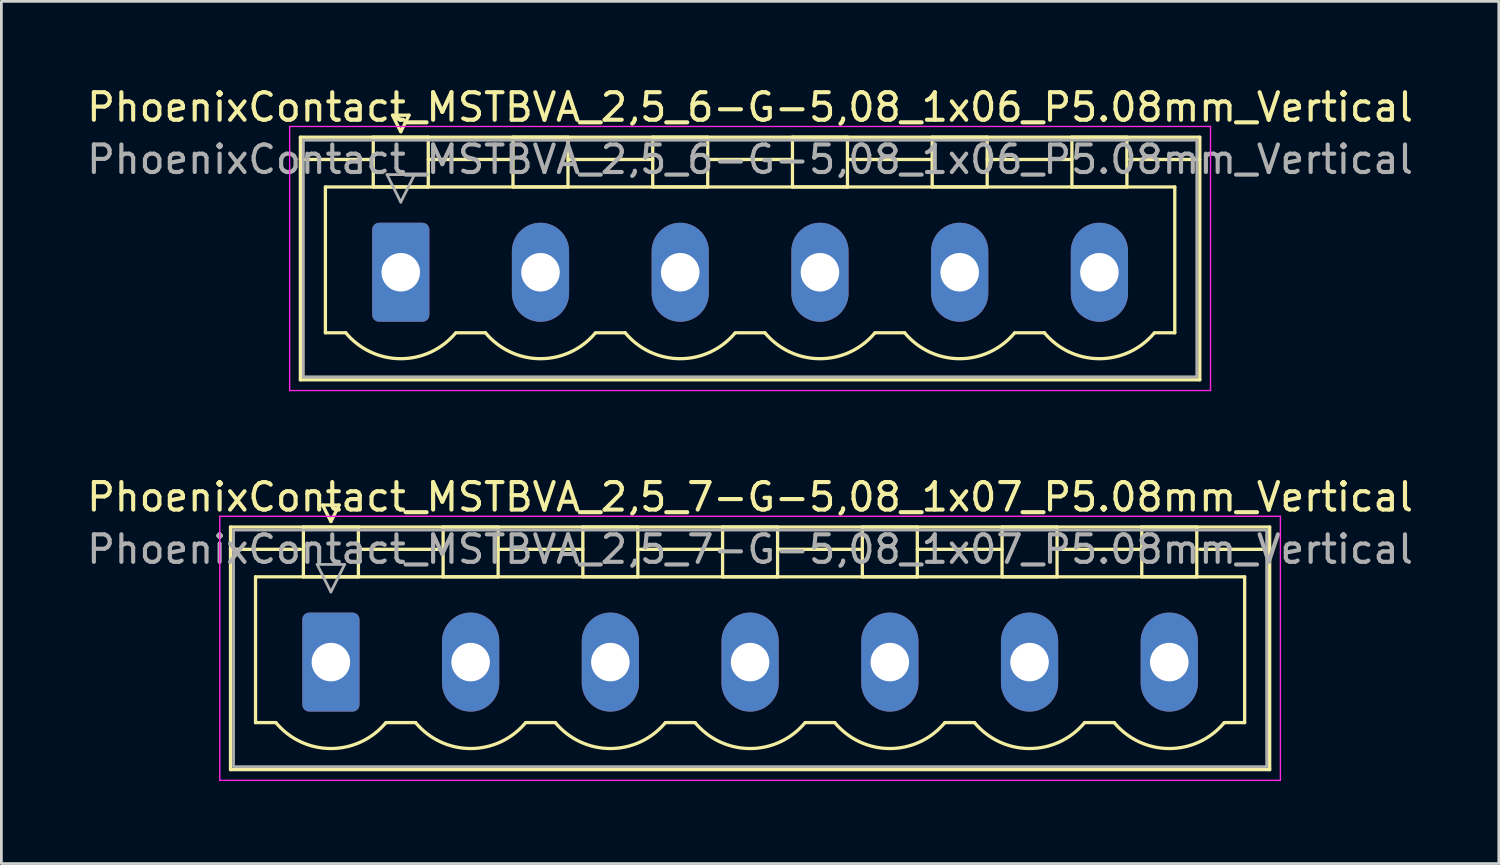
<source format=kicad_pcb>
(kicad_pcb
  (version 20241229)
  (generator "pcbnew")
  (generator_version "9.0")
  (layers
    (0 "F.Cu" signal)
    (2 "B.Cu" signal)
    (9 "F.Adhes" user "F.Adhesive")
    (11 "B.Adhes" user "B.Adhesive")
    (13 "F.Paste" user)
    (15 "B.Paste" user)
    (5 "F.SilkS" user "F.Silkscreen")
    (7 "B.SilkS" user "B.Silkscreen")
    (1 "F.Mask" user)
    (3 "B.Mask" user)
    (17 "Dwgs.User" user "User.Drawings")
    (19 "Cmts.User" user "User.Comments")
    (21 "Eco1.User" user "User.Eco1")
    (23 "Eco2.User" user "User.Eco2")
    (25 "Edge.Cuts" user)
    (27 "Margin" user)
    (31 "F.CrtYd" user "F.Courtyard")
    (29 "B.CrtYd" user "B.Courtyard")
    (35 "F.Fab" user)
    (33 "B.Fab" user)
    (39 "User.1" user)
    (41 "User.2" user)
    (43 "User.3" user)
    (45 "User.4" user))
  (footprint "PhoenixContact_MSTBVA_2,5_7-G-5,08_1x07_P5.08mm_Vertical"
    (layer "F.Cu")
    (at 8.98 21.021)
    (property "Reference" "PhoenixContact_MSTBVA_2,5_7-G-5,08_1x07_P5.08mm_Vertical" (at 15.24 -6 0) (layer "F.SilkS") (effects (font (size 1 1) (thickness 0.15))))
    (attr through_hole)
    (fp_line (start -3.65 -4.91) (end -3.65 3.91) (stroke (width 0.12) (type solid)) (layer "F.SilkS"))
    (fp_line (start -3.65 -4.1) (end -1.11 -4.1) (stroke (width 0.12) (type solid)) (layer "F.SilkS"))
    (fp_line (start -3.65 3.91) (end 34.13 3.91) (stroke (width 0.12) (type solid)) (layer "F.SilkS"))
    (fp_line (start -2.74 -3.1) (end 33.22 -3.1) (stroke (width 0.12) (type solid)) (layer "F.SilkS"))
    (fp_line (start -2.74 2.2) (end -2.74 -3.1) (stroke (width 0.12) (type solid)) (layer "F.SilkS"))
    (fp_line (start -2 2.2) (end -2.74 2.2) (stroke (width 0.12) (type solid)) (layer "F.SilkS"))
    (fp_line (start -1 -4.91) (end 1 -4.91) (stroke (width 0.12) (type solid)) (layer "F.SilkS"))
    (fp_line (start -1 -3.1) (end -1 -4.91) (stroke (width 0.12) (type solid)) (layer "F.SilkS"))
    (fp_line (start -0.3 -5.71) (end 0.3 -5.71) (stroke (width 0.12) (type solid)) (layer "F.SilkS"))
    (fp_line (start 0 -5.11) (end -0.3 -5.71) (stroke (width 0.12) (type solid)) (layer "F.SilkS"))
    (fp_line (start 0.3 -5.71) (end 0 -5.11) (stroke (width 0.12) (type solid)) (layer "F.SilkS"))
    (fp_line (start 1 -4.91) (end 1 -3.1) (stroke (width 0.12) (type solid)) (layer "F.SilkS"))
    (fp_line (start 1 -4.1) (end 4.08 -4.1) (stroke (width 0.12) (type solid)) (layer "F.SilkS"))
    (fp_line (start 1 -3.1) (end -1 -3.1) (stroke (width 0.12) (type solid)) (layer "F.SilkS"))
    (fp_line (start 2 2.2) (end 3.08 2.2) (stroke (width 0.12) (type solid)) (layer "F.SilkS"))
    (fp_line (start 4.08 -4.91) (end 6.08 -4.91) (stroke (width 0.12) (type solid)) (layer "F.SilkS"))
    (fp_line (start 4.08 -3.1) (end 4.08 -4.91) (stroke (width 0.12) (type solid)) (layer "F.SilkS"))
    (fp_line (start 6.08 -4.91) (end 6.08 -3.1) (stroke (width 0.12) (type solid)) (layer "F.SilkS"))
    (fp_line (start 6.08 -4.1) (end 9.16 -4.1) (stroke (width 0.12) (type solid)) (layer "F.SilkS"))
    (fp_line (start 6.08 -3.1) (end 4.08 -3.1) (stroke (width 0.12) (type solid)) (layer "F.SilkS"))
    (fp_line (start 7.08 2.2) (end 8.16 2.2) (stroke (width 0.12) (type solid)) (layer "F.SilkS"))
    (fp_line (start 9.16 -4.91) (end 11.16 -4.91) (stroke (width 0.12) (type solid)) (layer "F.SilkS"))
    (fp_line (start 9.16 -3.1) (end 9.16 -4.91) (stroke (width 0.12) (type solid)) (layer "F.SilkS"))
    (fp_line (start 11.16 -4.91) (end 11.16 -3.1) (stroke (width 0.12) (type solid)) (layer "F.SilkS"))
    (fp_line (start 11.16 -4.1) (end 14.24 -4.1) (stroke (width 0.12) (type solid)) (layer "F.SilkS"))
    (fp_line (start 11.16 -3.1) (end 9.16 -3.1) (stroke (width 0.12) (type solid)) (layer "F.SilkS"))
    (fp_line (start 12.16 2.2) (end 13.24 2.2) (stroke (width 0.12) (type solid)) (layer "F.SilkS"))
    (fp_line (start 14.24 -4.91) (end 16.24 -4.91) (stroke (width 0.12) (type solid)) (layer "F.SilkS"))
    (fp_line (start 14.24 -3.1) (end 14.24 -4.91) (stroke (width 0.12) (type solid)) (layer "F.SilkS"))
    (fp_line (start 16.24 -4.91) (end 16.24 -3.1) (stroke (width 0.12) (type solid)) (layer "F.SilkS"))
    (fp_line (start 16.24 -4.1) (end 19.32 -4.1) (stroke (width 0.12) (type solid)) (layer "F.SilkS"))
    (fp_line (start 16.24 -3.1) (end 14.24 -3.1) (stroke (width 0.12) (type solid)) (layer "F.SilkS"))
    (fp_line (start 17.24 2.2) (end 18.32 2.2) (stroke (width 0.12) (type solid)) (layer "F.SilkS"))
    (fp_line (start 19.32 -4.91) (end 21.32 -4.91) (stroke (width 0.12) (type solid)) (layer "F.SilkS"))
    (fp_line (start 19.32 -3.1) (end 19.32 -4.91) (stroke (width 0.12) (type solid)) (layer "F.SilkS"))
    (fp_line (start 21.32 -4.91) (end 21.32 -3.1) (stroke (width 0.12) (type solid)) (layer "F.SilkS"))
    (fp_line (start 21.32 -4.1) (end 24.4 -4.1) (stroke (width 0.12) (type solid)) (layer "F.SilkS"))
    (fp_line (start 21.32 -3.1) (end 19.32 -3.1) (stroke (width 0.12) (type solid)) (layer "F.SilkS"))
    (fp_line (start 22.32 2.2) (end 23.4 2.2) (stroke (width 0.12) (type solid)) (layer "F.SilkS"))
    (fp_line (start 24.4 -4.91) (end 26.4 -4.91) (stroke (width 0.12) (type solid)) (layer "F.SilkS"))
    (fp_line (start 24.4 -3.1) (end 24.4 -4.91) (stroke (width 0.12) (type solid)) (layer "F.SilkS"))
    (fp_line (start 26.4 -4.91) (end 26.4 -3.1) (stroke (width 0.12) (type solid)) (layer "F.SilkS"))
    (fp_line (start 26.4 -4.1) (end 29.48 -4.1) (stroke (width 0.12) (type solid)) (layer "F.SilkS"))
    (fp_line (start 26.4 -3.1) (end 24.4 -3.1) (stroke (width 0.12) (type solid)) (layer "F.SilkS"))
    (fp_line (start 27.4 2.2) (end 28.48 2.2) (stroke (width 0.12) (type solid)) (layer "F.SilkS"))
    (fp_line (start 29.48 -4.91) (end 31.48 -4.91) (stroke (width 0.12) (type solid)) (layer "F.SilkS"))
    (fp_line (start 29.48 -3.1) (end 29.48 -4.91) (stroke (width 0.12) (type solid)) (layer "F.SilkS"))
    (fp_line (start 31.48 -4.91) (end 31.48 -3.1) (stroke (width 0.12) (type solid)) (layer "F.SilkS"))
    (fp_line (start 31.48 -3.1) (end 29.48 -3.1) (stroke (width 0.12) (type solid)) (layer "F.SilkS"))
    (fp_line (start 33.22 -3.1) (end 33.22 2.2) (stroke (width 0.12) (type solid)) (layer "F.SilkS"))
    (fp_line (start 33.22 2.2) (end 32.48 2.2) (stroke (width 0.12) (type solid)) (layer "F.SilkS"))
    (fp_line (start 34.13 -4.91) (end -3.65 -4.91) (stroke (width 0.12) (type solid)) (layer "F.SilkS"))
    (fp_line (start 34.13 -4.1) (end 31.59 -4.1) (stroke (width 0.12) (type solid)) (layer "F.SilkS"))
    (fp_line (start 34.13 3.91) (end 34.13 -4.91) (stroke (width 0.12) (type solid)) (layer "F.SilkS"))
    (fp_arc (start 1.986842 2.215821) (mid -0.010289 3.142758) (end -2 2.2) (stroke (width 0.12) (type solid)) (layer "F.SilkS"))
    (fp_arc (start 7.066842 2.215821) (mid 5.069711 3.142758) (end 3.08 2.2) (stroke (width 0.12) (type solid)) (layer "F.SilkS"))
    (fp_arc (start 12.146842 2.215821) (mid 10.149711 3.142758) (end 8.16 2.2) (stroke (width 0.12) (type solid)) (layer "F.SilkS"))
    (fp_arc (start 17.226842 2.215821) (mid 15.229711 3.142758) (end 13.24 2.2) (stroke (width 0.12) (type solid)) (layer "F.SilkS"))
    (fp_arc (start 22.306842 2.215821) (mid 20.309711 3.142758) (end 18.32 2.2) (stroke (width 0.12) (type solid)) (layer "F.SilkS"))
    (fp_arc (start 27.386842 2.215821) (mid 25.389711 3.142758) (end 23.4 2.2) (stroke (width 0.12) (type solid)) (layer "F.SilkS"))
    (fp_arc (start 32.466842 2.215821) (mid 30.469711 3.142758) (end 28.48 2.2) (stroke (width 0.12) (type solid)) (layer "F.SilkS"))
    (fp_line (start -4.04 -5.3) (end -4.04 4.3) (stroke (width 0.05) (type solid)) (layer "F.CrtYd"))
    (fp_line (start -4.04 4.3) (end 34.52 4.3) (stroke (width 0.05) (type solid)) (layer "F.CrtYd"))
    (fp_line (start 34.52 -5.3) (end -4.04 -5.3) (stroke (width 0.05) (type solid)) (layer "F.CrtYd"))
    (fp_line (start 34.52 4.3) (end 34.52 -5.3) (stroke (width 0.05) (type solid)) (layer "F.CrtYd"))
    (fp_line (start -3.54 -4.8) (end -3.54 3.8) (stroke (width 0.1) (type solid)) (layer "F.Fab"))
    (fp_line (start -3.54 3.8) (end 34.02 3.8) (stroke (width 0.1) (type solid)) (layer "F.Fab"))
    (fp_line (start -0.5 -3.55) (end 0.5 -3.55) (stroke (width 0.1) (type solid)) (layer "F.Fab"))
    (fp_line (start 0 -2.55) (end -0.5 -3.55) (stroke (width 0.1) (type solid)) (layer "F.Fab"))
    (fp_line (start 0.5 -3.55) (end 0 -2.55) (stroke (width 0.1) (type solid)) (layer "F.Fab"))
    (fp_line (start 34.02 -4.8) (end -3.54 -4.8) (stroke (width 0.1) (type solid)) (layer "F.Fab"))
    (fp_line (start 34.02 3.8) (end 34.02 -4.8) (stroke (width 0.1) (type solid)) (layer "F.Fab"))
    (fp_text user "${REFERENCE}" (at 15.24 -4.1 0) (layer "F.Fab") (effects (font (size 1 1) (thickness 0.15))))
    (pad "1" thru_hole roundrect (at 0 0) (size 2.08 3.6) (drill 1.4) (layers "*.Cu" "*.Mask") (roundrect_rratio 0.12))
    (pad "2" thru_hole oval (at 5.08 0) (size 2.08 3.6) (drill 1.4) (layers "*.Cu" "*.Mask"))
    (pad "3" thru_hole oval (at 10.16 0) (size 2.08 3.6) (drill 1.4) (layers "*.Cu" "*.Mask"))
    (pad "4" thru_hole oval (at 15.24 0) (size 2.08 3.6) (drill 1.4) (layers "*.Cu" "*.Mask"))
    (pad "5" thru_hole oval (at 20.32 0) (size 2.08 3.6) (drill 1.4) (layers "*.Cu" "*.Mask"))
    (pad "6" thru_hole oval (at 25.4 0) (size 2.08 3.6) (drill 1.4) (layers "*.Cu" "*.Mask"))
    (pad "7" thru_hole oval (at 30.48 0) (size 2.08 3.6) (drill 1.4) (layers "*.Cu" "*.Mask")))
  (footprint "PhoenixContact_MSTBVA_2,5_6-G-5,08_1x06_P5.08mm_Vertical"
    (layer "F.Cu")
    (at 11.52 6.848)
    (property "Reference" "PhoenixContact_MSTBVA_2,5_6-G-5,08_1x06_P5.08mm_Vertical" (at 12.7 -6 0) (layer "F.SilkS") (effects (font (size 1 1) (thickness 0.15))))
    (attr through_hole)
    (fp_line (start -3.65 -4.91) (end -3.65 3.91) (stroke (width 0.12) (type solid)) (layer "F.SilkS"))
    (fp_line (start -3.65 -4.1) (end -1.11 -4.1) (stroke (width 0.12) (type solid)) (layer "F.SilkS"))
    (fp_line (start -3.65 3.91) (end 29.05 3.91) (stroke (width 0.12) (type solid)) (layer "F.SilkS"))
    (fp_line (start -2.74 -3.1) (end 28.14 -3.1) (stroke (width 0.12) (type solid)) (layer "F.SilkS"))
    (fp_line (start -2.74 2.2) (end -2.74 -3.1) (stroke (width 0.12) (type solid)) (layer "F.SilkS"))
    (fp_line (start -2 2.2) (end -2.74 2.2) (stroke (width 0.12) (type solid)) (layer "F.SilkS"))
    (fp_line (start -1 -4.91) (end 1 -4.91) (stroke (width 0.12) (type solid)) (layer "F.SilkS"))
    (fp_line (start -1 -3.1) (end -1 -4.91) (stroke (width 0.12) (type solid)) (layer "F.SilkS"))
    (fp_line (start -0.3 -5.71) (end 0.3 -5.71) (stroke (width 0.12) (type solid)) (layer "F.SilkS"))
    (fp_line (start 0 -5.11) (end -0.3 -5.71) (stroke (width 0.12) (type solid)) (layer "F.SilkS"))
    (fp_line (start 0.3 -5.71) (end 0 -5.11) (stroke (width 0.12) (type solid)) (layer "F.SilkS"))
    (fp_line (start 1 -4.91) (end 1 -3.1) (stroke (width 0.12) (type solid)) (layer "F.SilkS"))
    (fp_line (start 1 -4.1) (end 4.08 -4.1) (stroke (width 0.12) (type solid)) (layer "F.SilkS"))
    (fp_line (start 1 -3.1) (end -1 -3.1) (stroke (width 0.12) (type solid)) (layer "F.SilkS"))
    (fp_line (start 2 2.2) (end 3.08 2.2) (stroke (width 0.12) (type solid)) (layer "F.SilkS"))
    (fp_line (start 4.08 -4.91) (end 6.08 -4.91) (stroke (width 0.12) (type solid)) (layer "F.SilkS"))
    (fp_line (start 4.08 -3.1) (end 4.08 -4.91) (stroke (width 0.12) (type solid)) (layer "F.SilkS"))
    (fp_line (start 6.08 -4.91) (end 6.08 -3.1) (stroke (width 0.12) (type solid)) (layer "F.SilkS"))
    (fp_line (start 6.08 -4.1) (end 9.16 -4.1) (stroke (width 0.12) (type solid)) (layer "F.SilkS"))
    (fp_line (start 6.08 -3.1) (end 4.08 -3.1) (stroke (width 0.12) (type solid)) (layer "F.SilkS"))
    (fp_line (start 7.08 2.2) (end 8.16 2.2) (stroke (width 0.12) (type solid)) (layer "F.SilkS"))
    (fp_line (start 9.16 -4.91) (end 11.16 -4.91) (stroke (width 0.12) (type solid)) (layer "F.SilkS"))
    (fp_line (start 9.16 -3.1) (end 9.16 -4.91) (stroke (width 0.12) (type solid)) (layer "F.SilkS"))
    (fp_line (start 11.16 -4.91) (end 11.16 -3.1) (stroke (width 0.12) (type solid)) (layer "F.SilkS"))
    (fp_line (start 11.16 -4.1) (end 14.24 -4.1) (stroke (width 0.12) (type solid)) (layer "F.SilkS"))
    (fp_line (start 11.16 -3.1) (end 9.16 -3.1) (stroke (width 0.12) (type solid)) (layer "F.SilkS"))
    (fp_line (start 12.16 2.2) (end 13.24 2.2) (stroke (width 0.12) (type solid)) (layer "F.SilkS"))
    (fp_line (start 14.24 -4.91) (end 16.24 -4.91) (stroke (width 0.12) (type solid)) (layer "F.SilkS"))
    (fp_line (start 14.24 -3.1) (end 14.24 -4.91) (stroke (width 0.12) (type solid)) (layer "F.SilkS"))
    (fp_line (start 16.24 -4.91) (end 16.24 -3.1) (stroke (width 0.12) (type solid)) (layer "F.SilkS"))
    (fp_line (start 16.24 -4.1) (end 19.32 -4.1) (stroke (width 0.12) (type solid)) (layer "F.SilkS"))
    (fp_line (start 16.24 -3.1) (end 14.24 -3.1) (stroke (width 0.12) (type solid)) (layer "F.SilkS"))
    (fp_line (start 17.24 2.2) (end 18.32 2.2) (stroke (width 0.12) (type solid)) (layer "F.SilkS"))
    (fp_line (start 19.32 -4.91) (end 21.32 -4.91) (stroke (width 0.12) (type solid)) (layer "F.SilkS"))
    (fp_line (start 19.32 -3.1) (end 19.32 -4.91) (stroke (width 0.12) (type solid)) (layer "F.SilkS"))
    (fp_line (start 21.32 -4.91) (end 21.32 -3.1) (stroke (width 0.12) (type solid)) (layer "F.SilkS"))
    (fp_line (start 21.32 -4.1) (end 24.4 -4.1) (stroke (width 0.12) (type solid)) (layer "F.SilkS"))
    (fp_line (start 21.32 -3.1) (end 19.32 -3.1) (stroke (width 0.12) (type solid)) (layer "F.SilkS"))
    (fp_line (start 22.32 2.2) (end 23.4 2.2) (stroke (width 0.12) (type solid)) (layer "F.SilkS"))
    (fp_line (start 24.4 -4.91) (end 26.4 -4.91) (stroke (width 0.12) (type solid)) (layer "F.SilkS"))
    (fp_line (start 24.4 -3.1) (end 24.4 -4.91) (stroke (width 0.12) (type solid)) (layer "F.SilkS"))
    (fp_line (start 26.4 -4.91) (end 26.4 -3.1) (stroke (width 0.12) (type solid)) (layer "F.SilkS"))
    (fp_line (start 26.4 -3.1) (end 24.4 -3.1) (stroke (width 0.12) (type solid)) (layer "F.SilkS"))
    (fp_line (start 28.14 -3.1) (end 28.14 2.2) (stroke (width 0.12) (type solid)) (layer "F.SilkS"))
    (fp_line (start 28.14 2.2) (end 27.4 2.2) (stroke (width 0.12) (type solid)) (layer "F.SilkS"))
    (fp_line (start 29.05 -4.91) (end -3.65 -4.91) (stroke (width 0.12) (type solid)) (layer "F.SilkS"))
    (fp_line (start 29.05 -4.1) (end 26.51 -4.1) (stroke (width 0.12) (type solid)) (layer "F.SilkS"))
    (fp_line (start 29.05 3.91) (end 29.05 -4.91) (stroke (width 0.12) (type solid)) (layer "F.SilkS"))
    (fp_arc (start 1.986842 2.215821) (mid -0.010289 3.142758) (end -2 2.2) (stroke (width 0.12) (type solid)) (layer "F.SilkS"))
    (fp_arc (start 7.066842 2.215821) (mid 5.069711 3.142758) (end 3.08 2.2) (stroke (width 0.12) (type solid)) (layer "F.SilkS"))
    (fp_arc (start 12.146842 2.215821) (mid 10.149711 3.142758) (end 8.16 2.2) (stroke (width 0.12) (type solid)) (layer "F.SilkS"))
    (fp_arc (start 17.226842 2.215821) (mid 15.229711 3.142758) (end 13.24 2.2) (stroke (width 0.12) (type solid)) (layer "F.SilkS"))
    (fp_arc (start 22.306842 2.215821) (mid 20.309711 3.142758) (end 18.32 2.2) (stroke (width 0.12) (type solid)) (layer "F.SilkS"))
    (fp_arc (start 27.386842 2.215821) (mid 25.389711 3.142758) (end 23.4 2.2) (stroke (width 0.12) (type solid)) (layer "F.SilkS"))
    (fp_line (start -4.04 -5.3) (end -4.04 4.3) (stroke (width 0.05) (type solid)) (layer "F.CrtYd"))
    (fp_line (start -4.04 4.3) (end 29.44 4.3) (stroke (width 0.05) (type solid)) (layer "F.CrtYd"))
    (fp_line (start 29.44 -5.3) (end -4.04 -5.3) (stroke (width 0.05) (type solid)) (layer "F.CrtYd"))
    (fp_line (start 29.44 4.3) (end 29.44 -5.3) (stroke (width 0.05) (type solid)) (layer "F.CrtYd"))
    (fp_line (start -3.54 -4.8) (end -3.54 3.8) (stroke (width 0.1) (type solid)) (layer "F.Fab"))
    (fp_line (start -3.54 3.8) (end 28.94 3.8) (stroke (width 0.1) (type solid)) (layer "F.Fab"))
    (fp_line (start -0.5 -3.55) (end 0.5 -3.55) (stroke (width 0.1) (type solid)) (layer "F.Fab"))
    (fp_line (start 0 -2.55) (end -0.5 -3.55) (stroke (width 0.1) (type solid)) (layer "F.Fab"))
    (fp_line (start 0.5 -3.55) (end 0 -2.55) (stroke (width 0.1) (type solid)) (layer "F.Fab"))
    (fp_line (start 28.94 -4.8) (end -3.54 -4.8) (stroke (width 0.1) (type solid)) (layer "F.Fab"))
    (fp_line (start 28.94 3.8) (end 28.94 -4.8) (stroke (width 0.1) (type solid)) (layer "F.Fab"))
    (fp_text user "${REFERENCE}" (at 12.7 -4.1 0) (layer "F.Fab") (effects (font (size 1 1) (thickness 0.15))))
    (pad "1" thru_hole roundrect (at 0 0) (size 2.08 3.6) (drill 1.4) (layers "*.Cu" "*.Mask") (roundrect_rratio 0.12))
    (pad "2" thru_hole oval (at 5.08 0) (size 2.08 3.6) (drill 1.4) (layers "*.Cu" "*.Mask"))
    (pad "3" thru_hole oval (at 10.16 0) (size 2.08 3.6) (drill 1.4) (layers "*.Cu" "*.Mask"))
    (pad "4" thru_hole oval (at 15.24 0) (size 2.08 3.6) (drill 1.4) (layers "*.Cu" "*.Mask"))
    (pad "5" thru_hole oval (at 20.32 0) (size 2.08 3.6) (drill 1.4) (layers "*.Cu" "*.Mask"))
    (pad "6" thru_hole oval (at 25.4 0) (size 2.08 3.6) (drill 1.4) (layers "*.Cu" "*.Mask")))
  (gr_rect
    (start -3 -3)
    (end 51.44 28.346)
    (stroke (width 0.1) (type default))
    (fill no)
    (layer "Edge.Cuts")))
</source>
